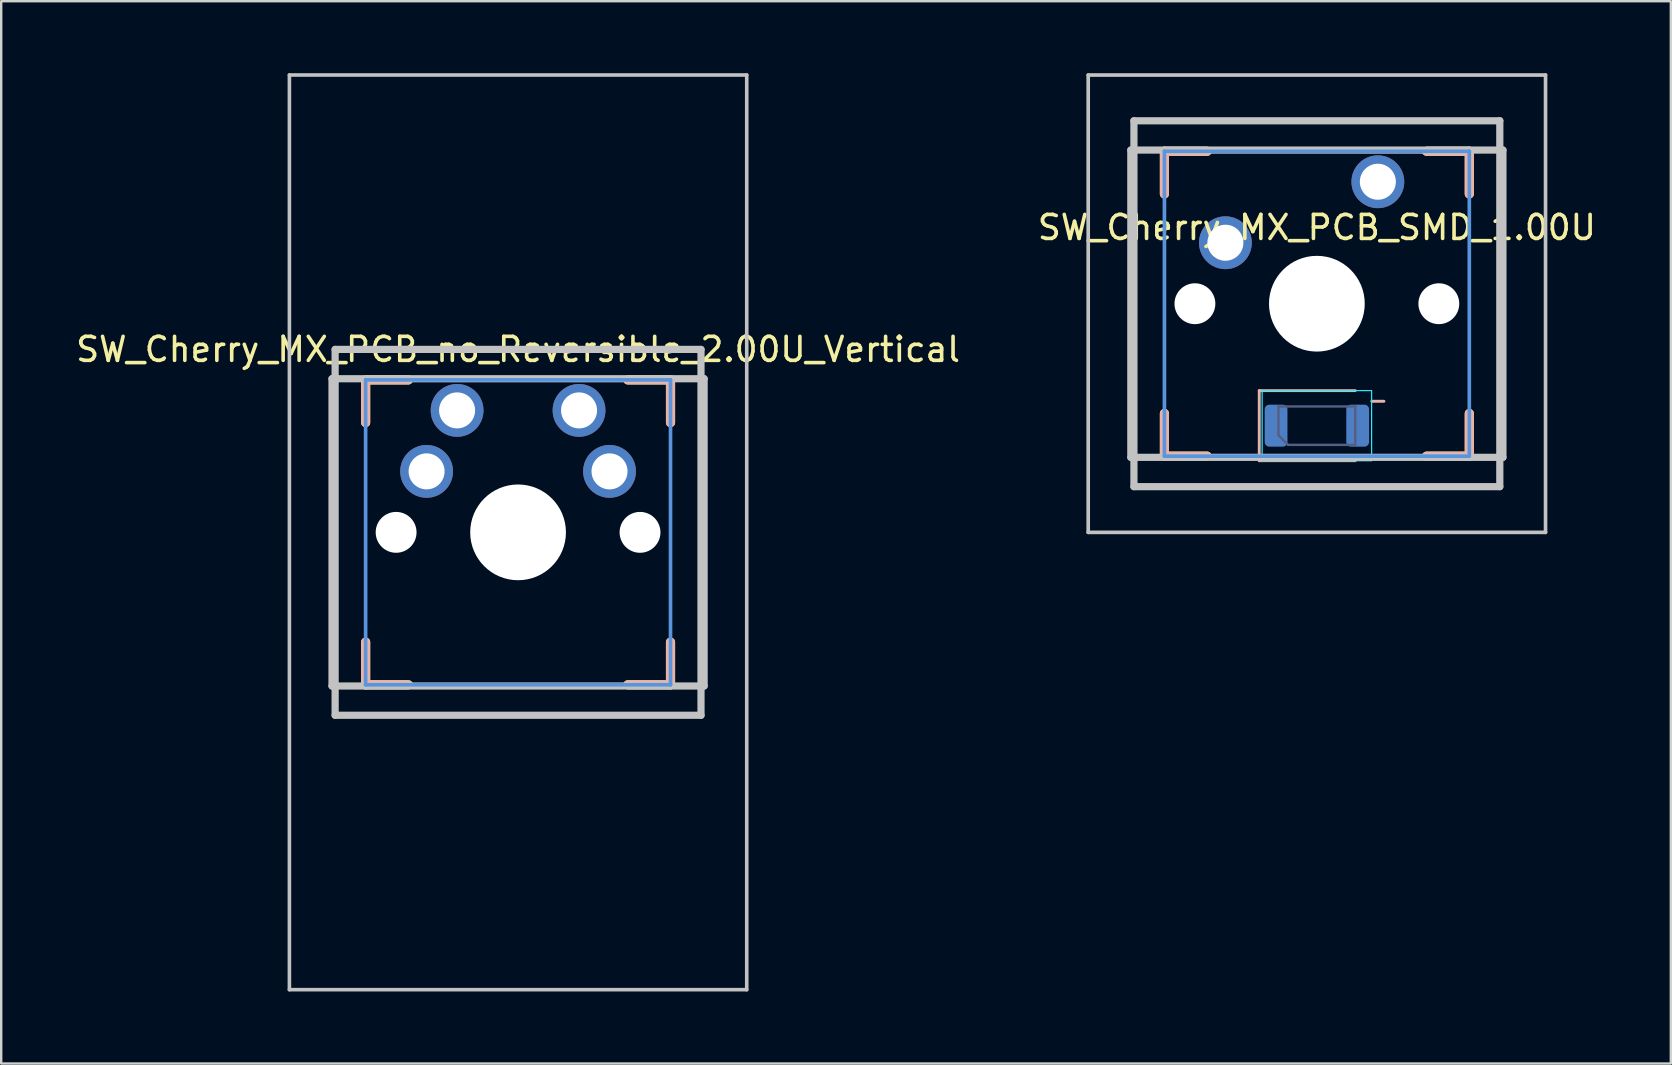
<source format=kicad_pcb>
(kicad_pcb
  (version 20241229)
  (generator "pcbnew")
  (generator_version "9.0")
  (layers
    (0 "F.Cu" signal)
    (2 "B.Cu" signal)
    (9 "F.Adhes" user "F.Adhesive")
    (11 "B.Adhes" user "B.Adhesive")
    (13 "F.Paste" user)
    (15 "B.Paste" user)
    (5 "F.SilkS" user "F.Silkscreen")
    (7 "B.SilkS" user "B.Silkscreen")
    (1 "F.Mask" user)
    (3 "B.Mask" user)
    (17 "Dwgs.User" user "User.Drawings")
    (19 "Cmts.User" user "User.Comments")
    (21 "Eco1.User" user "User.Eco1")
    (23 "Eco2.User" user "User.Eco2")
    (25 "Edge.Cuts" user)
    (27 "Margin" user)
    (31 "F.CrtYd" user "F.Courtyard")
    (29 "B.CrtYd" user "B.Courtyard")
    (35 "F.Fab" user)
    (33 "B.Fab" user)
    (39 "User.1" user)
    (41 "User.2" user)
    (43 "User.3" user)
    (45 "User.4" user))
  (footprint "SW_Cherry_MX_PCB_no_Reversible_2.00U_Vertical"
    (layer "F.Cu")
    (at 18.53 19.125)
    (property "Reference" "SW_Cherry_MX_PCB_no_Reversible_2.00U_Vertical" (at 0 -7.62 0) (layer "F.SilkS") (effects (font (size 1 1) (thickness 0.15))))
    (attr exclude_from_pos_files exclude_from_bom)
    (fp_line (start -6.35 -6.35) (end -4.572 -6.35) (stroke (width 0.381) (type solid)) (layer "F.SilkS"))
    (fp_line (start -6.35 -4.572) (end -6.35 -6.35) (stroke (width 0.381) (type solid)) (layer "F.SilkS"))
    (fp_line (start -6.35 6.35) (end -6.35 4.572) (stroke (width 0.381) (type solid)) (layer "F.SilkS"))
    (fp_line (start -4.572 6.35) (end -6.35 6.35) (stroke (width 0.381) (type solid)) (layer "F.SilkS"))
    (fp_line (start 4.572 -6.35) (end 6.35 -6.35) (stroke (width 0.381) (type solid)) (layer "F.SilkS"))
    (fp_line (start 6.35 -6.35) (end 6.35 -4.572) (stroke (width 0.381) (type solid)) (layer "F.SilkS"))
    (fp_line (start 6.35 4.572) (end 6.35 6.35) (stroke (width 0.381) (type solid)) (layer "F.SilkS"))
    (fp_line (start 6.35 6.35) (end 4.572 6.35) (stroke (width 0.381) (type solid)) (layer "F.SilkS"))
    (fp_line (start -6.35 -6.35) (end -6.35 -4.572) (stroke (width 0.381) (type solid)) (layer "B.SilkS"))
    (fp_line (start -6.35 4.572) (end -6.35 6.35) (stroke (width 0.381) (type solid)) (layer "B.SilkS"))
    (fp_line (start -6.35 6.35) (end -4.572 6.35) (stroke (width 0.381) (type solid)) (layer "B.SilkS"))
    (fp_line (start -4.572 -6.35) (end -6.35 -6.35) (stroke (width 0.381) (type solid)) (layer "B.SilkS"))
    (fp_line (start 4.572 6.35) (end 6.35 6.35) (stroke (width 0.381) (type solid)) (layer "B.SilkS"))
    (fp_line (start 6.35 -6.35) (end 4.572 -6.35) (stroke (width 0.381) (type solid)) (layer "B.SilkS"))
    (fp_line (start 6.35 -4.572) (end 6.35 -6.35) (stroke (width 0.381) (type solid)) (layer "B.SilkS"))
    (fp_line (start 6.35 6.35) (end 6.35 4.572) (stroke (width 0.381) (type solid)) (layer "B.SilkS"))
    (fp_line (start -9.525 -19.05) (end 9.525 -19.05) (stroke (width 0.15) (type solid)) (layer "Dwgs.User"))
    (fp_line (start -9.525 19.05) (end -9.525 -19.05) (stroke (width 0.15) (type solid)) (layer "Dwgs.User"))
    (fp_line (start -7.75 6.4) (end -7.75 -6.4) (stroke (width 0.3) (type solid)) (layer "Dwgs.User"))
    (fp_line (start -7.75 6.4) (end 7.75 6.4) (stroke (width 0.3) (type solid)) (layer "Dwgs.User"))
    (fp_line (start -7.62 -7.62) (end 7.62 -7.62) (stroke (width 0.3) (type solid)) (layer "Dwgs.User"))
    (fp_line (start -7.62 7.62) (end -7.62 -7.62) (stroke (width 0.3) (type solid)) (layer "Dwgs.User"))
    (fp_line (start 7.62 -7.62) (end 7.62 7.62) (stroke (width 0.3) (type solid)) (layer "Dwgs.User"))
    (fp_line (start 7.62 7.62) (end -7.62 7.62) (stroke (width 0.3) (type solid)) (layer "Dwgs.User"))
    (fp_line (start 7.75 -6.4) (end -7.75 -6.4) (stroke (width 0.3) (type solid)) (layer "Dwgs.User"))
    (fp_line (start 7.75 6.4) (end 7.75 -6.4) (stroke (width 0.3) (type solid)) (layer "Dwgs.User"))
    (fp_line (start 9.525 -19.05) (end 9.525 19.05) (stroke (width 0.15) (type solid)) (layer "Dwgs.User"))
    (fp_line (start 9.525 19.05) (end -9.525 19.05) (stroke (width 0.15) (type solid)) (layer "Dwgs.User"))
    (fp_line (start -6.35 -6.35) (end 6.35 -6.35) (stroke (width 0.152) (type solid)) (layer "Cmts.User"))
    (fp_line (start -6.35 6.35) (end -6.35 -6.35) (stroke (width 0.152) (type solid)) (layer "Cmts.User"))
    (fp_line (start 6.35 -6.35) (end 6.35 6.35) (stroke (width 0.152) (type solid)) (layer "Cmts.User"))
    (fp_line (start 6.35 6.35) (end -6.35 6.35) (stroke (width 0.152) (type solid)) (layer "Cmts.User"))
    (fp_line (start -6.985 -6.985) (end 6.985 -6.985) (stroke (width 0.152) (type solid)) (layer "Eco2.User"))
    (fp_line (start -6.985 6.985) (end -6.985 -6.985) (stroke (width 0.152) (type solid)) (layer "Eco2.User"))
    (fp_line (start 6.985 -6.985) (end 6.985 6.985) (stroke (width 0.152) (type solid)) (layer "Eco2.User"))
    (fp_line (start 6.985 6.985) (end -6.985 6.985) (stroke (width 0.152) (type solid)) (layer "Eco2.User"))
    (pad "" np_thru_hole circle (at -5.08 0) (size 1.702 1.702) (drill 1.702) (layers "*.Cu" "*.Mask"))
    (pad "" np_thru_hole circle (at 0 0) (size 3.988 3.988) (drill 3.988) (layers "*.Cu" "*.Mask"))
    (pad "" np_thru_hole circle (at 5.08 0) (size 1.702 1.702) (drill 1.702) (layers "*.Cu" "*.Mask"))
    (pad "1" thru_hole circle (at -3.81 -2.54) (size 2.2 2.2) (drill 1.5) (layers "*.Cu" "*.Mask"))
    (pad "1" thru_hole circle (at -2.54 -5.08) (size 2.2 2.2) (drill 1.5) (layers "*.Cu" "*.Mask"))
    (pad "2" thru_hole circle (at 2.54 -5.08) (size 2.2 2.2) (drill 1.5) (layers "*.Cu" "*.Mask"))
    (pad "2" thru_hole circle (at 3.81 -2.54) (size 2.2 2.2) (drill 1.5) (layers "*.Cu" "*.Mask")))
  (footprint "SW_Cherry_MX_PCB_SMD_1.00U"
    (layer "F.Cu")
    (at 51.804 9.601)
    (property "Reference" "SW_Cherry_MX_PCB_SMD_1.00U" (at 0 -3.175 0) (layer "F.SilkS") (effects (font (size 1 1) (thickness 0.15))))
    (attr exclude_from_pos_files exclude_from_bom)
    (fp_line (start -6.35 -6.35) (end -4.572 -6.35) (stroke (width 0.381) (type solid)) (layer "F.SilkS"))
    (fp_line (start -6.35 -4.572) (end -6.35 -6.35) (stroke (width 0.381) (type solid)) (layer "F.SilkS"))
    (fp_line (start -6.35 6.35) (end -6.35 4.572) (stroke (width 0.381) (type solid)) (layer "F.SilkS"))
    (fp_line (start -4.572 6.35) (end -6.35 6.35) (stroke (width 0.381) (type solid)) (layer "F.SilkS"))
    (fp_line (start 4.572 -6.35) (end 6.35 -6.35) (stroke (width 0.381) (type solid)) (layer "F.SilkS"))
    (fp_line (start 6.35 -6.35) (end 6.35 -4.572) (stroke (width 0.381) (type solid)) (layer "F.SilkS"))
    (fp_line (start 6.35 4.572) (end 6.35 6.35) (stroke (width 0.381) (type solid)) (layer "F.SilkS"))
    (fp_line (start 6.35 6.35) (end 4.572 6.35) (stroke (width 0.381) (type solid)) (layer "F.SilkS"))
    (fp_line (start -6.35 -6.35) (end -6.35 -4.572) (stroke (width 0.381) (type solid)) (layer "B.SilkS"))
    (fp_line (start -6.35 4.572) (end -6.35 6.35) (stroke (width 0.381) (type solid)) (layer "B.SilkS"))
    (fp_line (start -6.35 6.35) (end -4.572 6.35) (stroke (width 0.381) (type solid)) (layer "B.SilkS"))
    (fp_line (start -4.572 -6.35) (end -6.35 -6.35) (stroke (width 0.381) (type solid)) (layer "B.SilkS"))
    (fp_line (start -2.4 3.62) (end 1.6 3.62) (stroke (width 0.12) (type solid)) (layer "B.SilkS"))
    (fp_line (start -2.4 6.54) (end -2.4 3.62) (stroke (width 0.12) (type solid)) (layer "B.SilkS"))
    (fp_line (start 1.6 6.54) (end -2.4 6.54) (stroke (width 0.12) (type solid)) (layer "B.SilkS"))
    (fp_line (start 2.286 4.064) (end 2.794 4.064) (stroke (width 0.12) (type solid)) (layer "B.SilkS"))
    (fp_line (start 4.572 6.35) (end 6.35 6.35) (stroke (width 0.381) (type solid)) (layer "B.SilkS"))
    (fp_line (start 6.35 -6.35) (end 4.572 -6.35) (stroke (width 0.381) (type solid)) (layer "B.SilkS"))
    (fp_line (start 6.35 -4.572) (end 6.35 -6.35) (stroke (width 0.381) (type solid)) (layer "B.SilkS"))
    (fp_line (start 6.35 6.35) (end 6.35 4.572) (stroke (width 0.381) (type solid)) (layer "B.SilkS"))
    (fp_line (start -9.525 -9.525) (end 9.525 -9.525) (stroke (width 0.152) (type solid)) (layer "Dwgs.User"))
    (fp_line (start -9.525 9.525) (end -9.525 -9.525) (stroke (width 0.152) (type solid)) (layer "Dwgs.User"))
    (fp_line (start -7.75 6.4) (end -7.75 -6.4) (stroke (width 0.3) (type solid)) (layer "Dwgs.User"))
    (fp_line (start -7.75 6.4) (end 7.75 6.4) (stroke (width 0.3) (type solid)) (layer "Dwgs.User"))
    (fp_line (start -7.62 -7.62) (end 7.62 -7.62) (stroke (width 0.3) (type solid)) (layer "Dwgs.User"))
    (fp_line (start -7.62 7.62) (end -7.62 -7.62) (stroke (width 0.3) (type solid)) (layer "Dwgs.User"))
    (fp_line (start 7.62 -7.62) (end 7.62 7.62) (stroke (width 0.3) (type solid)) (layer "Dwgs.User"))
    (fp_line (start 7.62 7.62) (end -7.62 7.62) (stroke (width 0.3) (type solid)) (layer "Dwgs.User"))
    (fp_line (start 7.75 -6.4) (end -7.75 -6.4) (stroke (width 0.3) (type solid)) (layer "Dwgs.User"))
    (fp_line (start 7.75 6.4) (end 7.75 -6.4) (stroke (width 0.3) (type solid)) (layer "Dwgs.User"))
    (fp_line (start 9.525 -9.525) (end 9.525 9.525) (stroke (width 0.152) (type solid)) (layer "Dwgs.User"))
    (fp_line (start 9.525 9.525) (end -9.525 9.525) (stroke (width 0.152) (type solid)) (layer "Dwgs.User"))
    (fp_line (start -6.35 -6.35) (end 6.35 -6.35) (stroke (width 0.152) (type solid)) (layer "Cmts.User"))
    (fp_line (start -6.35 6.35) (end -6.35 -6.35) (stroke (width 0.152) (type solid)) (layer "Cmts.User"))
    (fp_line (start 6.35 -6.35) (end 6.35 6.35) (stroke (width 0.152) (type solid)) (layer "Cmts.User"))
    (fp_line (start 6.35 6.35) (end -6.35 6.35) (stroke (width 0.152) (type solid)) (layer "Cmts.User"))
    (fp_line (start -6.985 -6.985) (end 6.985 -6.985) (stroke (width 0.152) (type solid)) (layer "Eco2.User"))
    (fp_line (start -6.985 6.985) (end -6.985 -6.985) (stroke (width 0.152) (type solid)) (layer "Eco2.User"))
    (fp_line (start 6.985 -6.985) (end 6.985 6.985) (stroke (width 0.152) (type solid)) (layer "Eco2.User"))
    (fp_line (start 6.985 6.985) (end -6.985 6.985) (stroke (width 0.152) (type solid)) (layer "Eco2.User"))
    (fp_line (start -2.28 3.62) (end -2.28 6.54) (stroke (width 0.05) (type solid)) (layer "B.CrtYd"))
    (fp_line (start -2.28 6.54) (end 2.28 6.54) (stroke (width 0.05) (type solid)) (layer "B.CrtYd"))
    (fp_line (start 2.28 3.62) (end -2.28 3.62) (stroke (width 0.05) (type solid)) (layer "B.CrtYd"))
    (fp_line (start 2.28 6.54) (end 2.28 3.62) (stroke (width 0.05) (type solid)) (layer "B.CrtYd"))
    (fp_line (start -1.6 4.28) (end 1.6 4.28) (stroke (width 0.1) (type solid)) (layer "B.Fab"))
    (fp_line (start -1.6 5.48) (end -1.6 4.28) (stroke (width 0.1) (type solid)) (layer "B.Fab"))
    (fp_line (start -1.2 5.88) (end -1.6 5.48) (stroke (width 0.1) (type solid)) (layer "B.Fab"))
    (fp_line (start 1.6 4.28) (end 1.6 5.88) (stroke (width 0.1) (type solid)) (layer "B.Fab"))
    (fp_line (start 1.6 5.88) (end -1.2 5.88) (stroke (width 0.1) (type solid)) (layer "B.Fab"))
    (pad "" np_thru_hole circle (at -5.08 0) (size 1.702 1.702) (drill 1.702) (layers "*.Cu" "*.Mask"))
    (pad "" np_thru_hole circle (at 0 0) (size 3.988 3.988) (drill 3.988) (layers "*.Cu" "*.Mask"))
    (pad "" np_thru_hole circle (at 5.08 0) (size 1.702 1.702) (drill 1.702) (layers "*.Cu" "*.Mask"))
    (pad "1" thru_hole circle (at -3.81 -2.54) (size 2.2 2.2) (drill 1.5) (layers "*.Cu" "*.Mask"))
    (pad "2" thru_hole circle (at 2.54 -5.08) (size 2.2 2.2) (drill 1.5) (layers "*.Cu" "*.Mask"))
    (pad "3" smd roundrect (at 1.7 5.08) (size 0.95 1.75) (layers "B.Cu" "B.Mask" "B.Paste") (roundrect_rratio 0.2))
    (pad "4" smd roundrect (at -1.7 5.08) (size 0.95 1.75) (layers "B.Cu" "B.Mask" "B.Paste") (roundrect_rratio 0.2)))
  (gr_rect
    (start -3 -3)
    (end 66.548 41.25)
    (stroke (width 0.1) (type default))
    (fill no)
    (layer "Edge.Cuts")))
</source>
